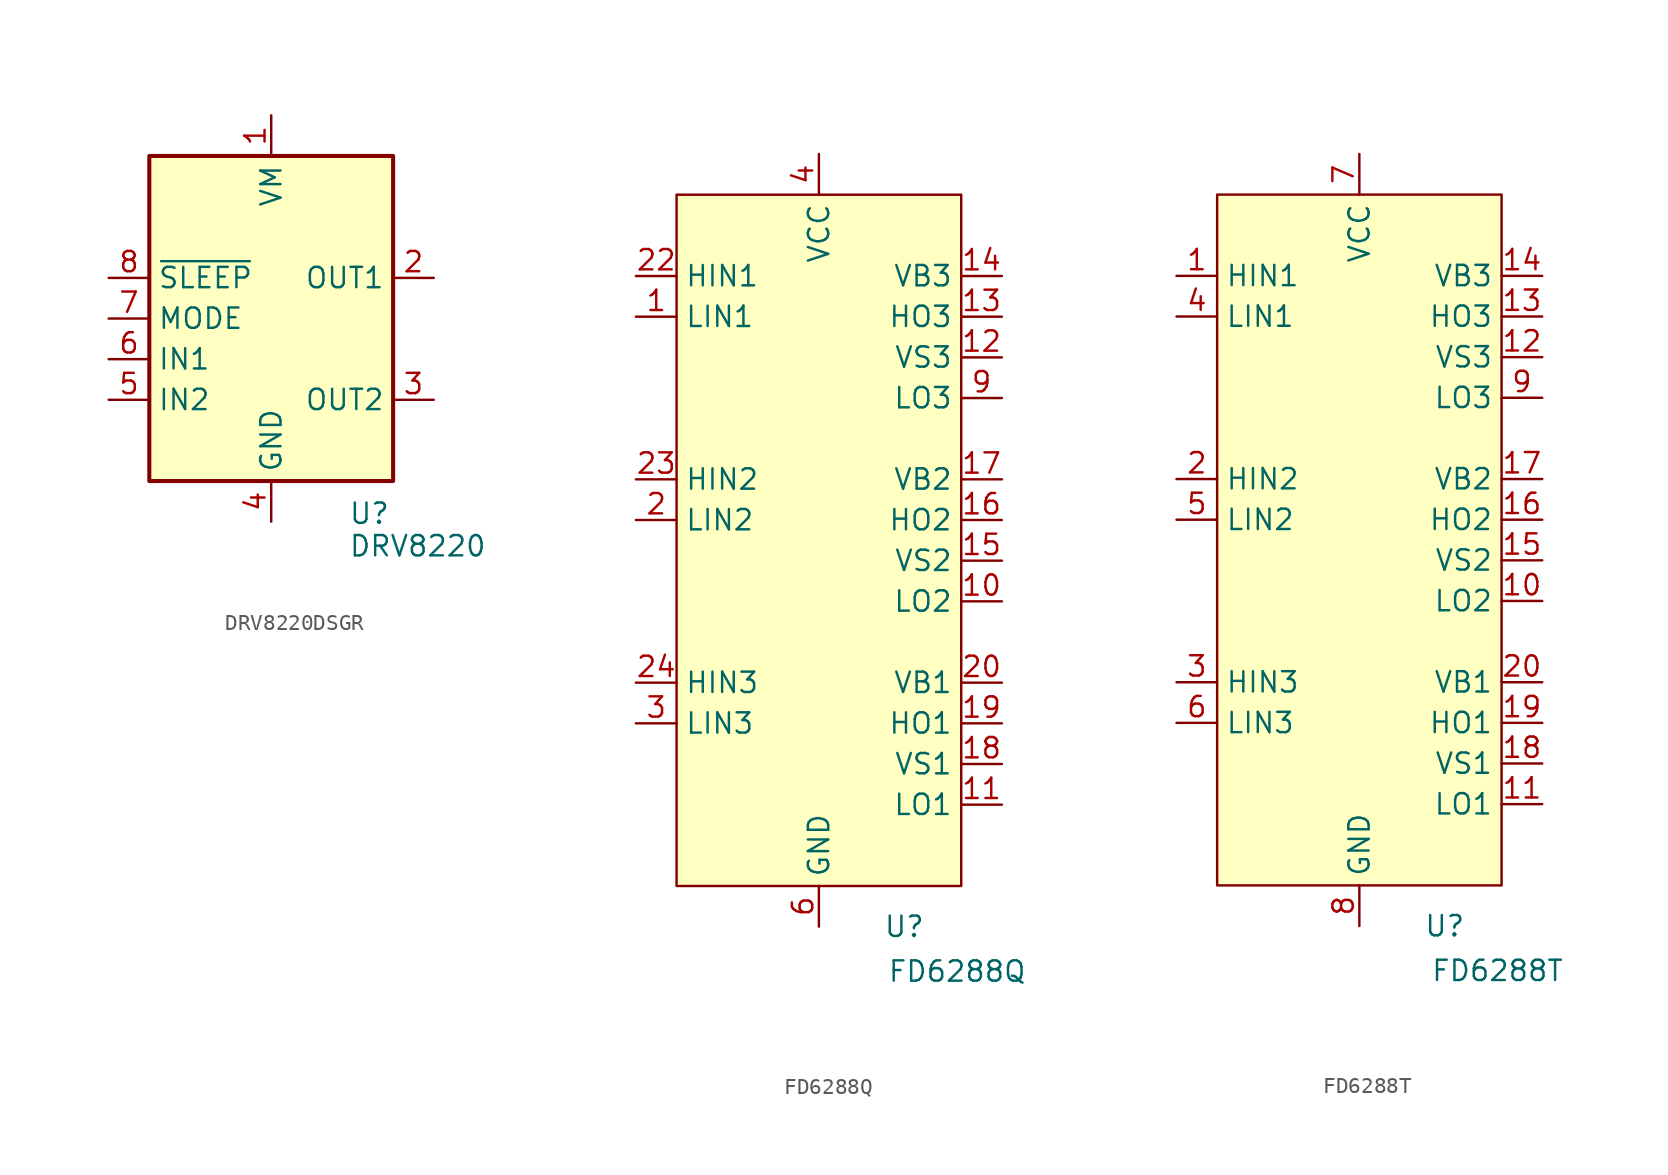
<source format=kicad_sym>
(kicad_symbol_lib
  (version 20231120)
  (generator "kicad_symbol_editor")
  (generator_version "8.0")
  (symbol "DRV8220DSGR"
    (property "Reference" "U"
      (at 4.826 -12.192 0)
      (effects (font (size 1.27 1.27)) (justify left)))
    (property "Value" "DRV8220"
      (at 4.826 -14.224 0)
      (effects (font (size 1.27 1.27)) (justify left)))
    (symbol "DRV8220DSGR_0_1"
      (rectangle (start -7.62 10.16) (end 7.62 -10.16) (stroke (width 0.254) (type default)) (fill (type background))))
    (symbol "DRV8220DSGR_1_1"
      (pin power_in line (at 0 12.7 270) (length 2.54) (name "VM" (effects (font (size 1.27 1.27)))) (number "1" (effects (font (size 1.27 1.27)))))
      (pin output line (at 10.16 2.54 180) (length 2.54) (name "OUT1" (effects (font (size 1.27 1.27)))) (number "2" (effects (font (size 1.27 1.27)))))
      (pin output line (at 10.16 -5.08 180) (length 2.54) (name "OUT2" (effects (font (size 1.27 1.27)))) (number "3" (effects (font (size 1.27 1.27)))))
      (pin power_in line (at 0 -12.7 90) (length 2.54) (name "GND" (effects (font (size 1.27 1.27)))) (number "4" (effects (font (size 1.27 1.27)))))
      (pin input line (at -10.16 -5.08 0) (length 2.54) (name "IN2" (effects (font (size 1.27 1.27)))) (number "5" (effects (font (size 1.27 1.27)))))
      (pin input line (at -10.16 -2.54 0) (length 2.54) (name "IN1" (effects (font (size 1.27 1.27)))) (number "6" (effects (font (size 1.27 1.27)))))
      (pin input line (at -10.16 0 0) (length 2.54) (name "MODE" (effects (font (size 1.27 1.27)))) (number "7" (effects (font (size 1.27 1.27)))))
      (pin input line (at -10.16 2.54 0) (length 2.54) (name "~{SLEEP}" (effects (font (size 1.27 1.27)))) (number "8" (effects (font (size 1.27 1.27)))))
      (pin power_in line (at 0 -12.7 90) (length 2.54) hide (name "GND" (effects (font (size 1.27 1.27)))) (number "9" (effects (font (size 1.27 1.27)))))))
  (symbol "FD6288Q"
    (property "Reference" "U"
      (at 5.334 -25.4 0)
      (effects (font (size 1.27 1.27))))
    (property "Value" "FD6288Q"
      (at 8.636 -28.194 0)
      (effects (font (size 1.27 1.27))))
    (symbol "FD6288Q_1_1"
      (rectangle (start -8.89 20.32) (end 8.89 -22.86) (stroke (width 0) (type default)) (fill (type background)))
      (pin input line (at -11.43 12.7 0) (length 2.54) (name "LIN1" (effects (font (size 1.27 1.27)))) (number "1" (effects (font (size 1.27 1.27)))))
      (pin output line (at 11.43 -5.08 180) (length 2.54) (name "LO2" (effects (font (size 1.27 1.27)))) (number "10" (effects (font (size 1.27 1.27)))))
      (pin output line (at 11.43 -17.78 180) (length 2.54) (name "LO1" (effects (font (size 1.27 1.27)))) (number "11" (effects (font (size 1.27 1.27)))))
      (pin passive line (at 11.43 10.16 180) (length 2.54) (name "VS3" (effects (font (size 1.27 1.27)))) (number "12" (effects (font (size 1.27 1.27)))))
      (pin output line (at 11.43 12.7 180) (length 2.54) (name "HO3" (effects (font (size 1.27 1.27)))) (number "13" (effects (font (size 1.27 1.27)))))
      (pin passive line (at 11.43 15.24 180) (length 2.54) (name "VB3" (effects (font (size 1.27 1.27)))) (number "14" (effects (font (size 1.27 1.27)))))
      (pin passive line (at 11.43 -2.54 180) (length 2.54) (name "VS2" (effects (font (size 1.27 1.27)))) (number "15" (effects (font (size 1.27 1.27)))))
      (pin output line (at 11.43 0 180) (length 2.54) (name "HO2" (effects (font (size 1.27 1.27)))) (number "16" (effects (font (size 1.27 1.27)))))
      (pin passive line (at 11.43 2.54 180) (length 2.54) (name "VB2" (effects (font (size 1.27 1.27)))) (number "17" (effects (font (size 1.27 1.27)))))
      (pin passive line (at 11.43 -15.24 180) (length 2.54) (name "VS1" (effects (font (size 1.27 1.27)))) (number "18" (effects (font (size 1.27 1.27)))))
      (pin output line (at 11.43 -12.7 180) (length 2.54) (name "HO1" (effects (font (size 1.27 1.27)))) (number "19" (effects (font (size 1.27 1.27)))))
      (pin input line (at -11.43 0 0) (length 2.54) (name "LIN2" (effects (font (size 1.27 1.27)))) (number "2" (effects (font (size 1.27 1.27)))))
      (pin passive line (at 11.43 -10.16 180) (length 2.54) (name "VB1" (effects (font (size 1.27 1.27)))) (number "20" (effects (font (size 1.27 1.27)))))
      (pin input line (at -11.43 15.24 0) (length 2.54) (name "HIN1" (effects (font (size 1.27 1.27)))) (number "22" (effects (font (size 1.27 1.27)))))
      (pin input line (at -11.43 2.54 0) (length 2.54) (name "HIN2" (effects (font (size 1.27 1.27)))) (number "23" (effects (font (size 1.27 1.27)))))
      (pin input line (at -11.43 -10.16 0) (length 2.54) (name "HIN3" (effects (font (size 1.27 1.27)))) (number "24" (effects (font (size 1.27 1.27)))))
      (pin power_in line (at 0 -25.4 90) (length 2.54) hide (name "GND" (effects (font (size 1.27 1.27)))) (number "25" (effects (font (size 1.27 1.27)))))
      (pin input line (at -11.43 -12.7 0) (length 2.54) (name "LIN3" (effects (font (size 1.27 1.27)))) (number "3" (effects (font (size 1.27 1.27)))))
      (pin power_in line (at 0 22.86 270) (length 2.54) (name "VCC" (effects (font (size 1.27 1.27)))) (number "4" (effects (font (size 1.27 1.27)))))
      (pin power_in line (at 0 -25.4 90) (length 2.54) (name "GND" (effects (font (size 1.27 1.27)))) (number "6" (effects (font (size 1.27 1.27)))))
      (pin output line (at 11.43 7.62 180) (length 2.54) (name "LO3" (effects (font (size 1.27 1.27)))) (number "9" (effects (font (size 1.27 1.27)))))))
  (symbol "FD6288T"
    (property "Reference" "U"
      (at 5.334 -25.4 0)
      (effects (font (size 1.27 1.27))))
    (property "Value" "FD6288T"
      (at 8.636 -28.194 0)
      (effects (font (size 1.27 1.27))))
    (symbol "FD6288T_1_1"
      (rectangle (start -8.89 20.32) (end 8.89 -22.86) (stroke (width 0) (type default)) (fill (type background)))
      (pin input line (at -11.43 15.24 0) (length 2.54) (name "HIN1" (effects (font (size 1.27 1.27)))) (number "1" (effects (font (size 1.27 1.27)))))
      (pin output line (at 11.43 -5.08 180) (length 2.54) (name "LO2" (effects (font (size 1.27 1.27)))) (number "10" (effects (font (size 1.27 1.27)))))
      (pin output line (at 11.43 -17.78 180) (length 2.54) (name "LO1" (effects (font (size 1.27 1.27)))) (number "11" (effects (font (size 1.27 1.27)))))
      (pin passive line (at 11.43 10.16 180) (length 2.54) (name "VS3" (effects (font (size 1.27 1.27)))) (number "12" (effects (font (size 1.27 1.27)))))
      (pin output line (at 11.43 12.7 180) (length 2.54) (name "HO3" (effects (font (size 1.27 1.27)))) (number "13" (effects (font (size 1.27 1.27)))))
      (pin passive line (at 11.43 15.24 180) (length 2.54) (name "VB3" (effects (font (size 1.27 1.27)))) (number "14" (effects (font (size 1.27 1.27)))))
      (pin passive line (at 11.43 -2.54 180) (length 2.54) (name "VS2" (effects (font (size 1.27 1.27)))) (number "15" (effects (font (size 1.27 1.27)))))
      (pin output line (at 11.43 0 180) (length 2.54) (name "HO2" (effects (font (size 1.27 1.27)))) (number "16" (effects (font (size 1.27 1.27)))))
      (pin passive line (at 11.43 2.54 180) (length 2.54) (name "VB2" (effects (font (size 1.27 1.27)))) (number "17" (effects (font (size 1.27 1.27)))))
      (pin passive line (at 11.43 -15.24 180) (length 2.54) (name "VS1" (effects (font (size 1.27 1.27)))) (number "18" (effects (font (size 1.27 1.27)))))
      (pin output line (at 11.43 -12.7 180) (length 2.54) (name "HO1" (effects (font (size 1.27 1.27)))) (number "19" (effects (font (size 1.27 1.27)))))
      (pin input line (at -11.43 2.54 0) (length 2.54) (name "HIN2" (effects (font (size 1.27 1.27)))) (number "2" (effects (font (size 1.27 1.27)))))
      (pin passive line (at 11.43 -10.16 180) (length 2.54) (name "VB1" (effects (font (size 1.27 1.27)))) (number "20" (effects (font (size 1.27 1.27)))))
      (pin input line (at -11.43 -10.16 0) (length 2.54) (name "HIN3" (effects (font (size 1.27 1.27)))) (number "3" (effects (font (size 1.27 1.27)))))
      (pin input line (at -11.43 12.7 0) (length 2.54) (name "LIN1" (effects (font (size 1.27 1.27)))) (number "4" (effects (font (size 1.27 1.27)))))
      (pin input line (at -11.43 0 0) (length 2.54) (name "LIN2" (effects (font (size 1.27 1.27)))) (number "5" (effects (font (size 1.27 1.27)))))
      (pin input line (at -11.43 -12.7 0) (length 2.54) (name "LIN3" (effects (font (size 1.27 1.27)))) (number "6" (effects (font (size 1.27 1.27)))))
      (pin power_in line (at 0 22.86 270) (length 2.54) (name "VCC" (effects (font (size 1.27 1.27)))) (number "7" (effects (font (size 1.27 1.27)))))
      (pin power_in line (at 0 -25.4 90) (length 2.54) (name "GND" (effects (font (size 1.27 1.27)))) (number "8" (effects (font (size 1.27 1.27)))))
      (pin output line (at 11.43 7.62 180) (length 2.54) (name "LO3" (effects (font (size 1.27 1.27)))) (number "9" (effects (font (size 1.27 1.27))))))))
</source>
